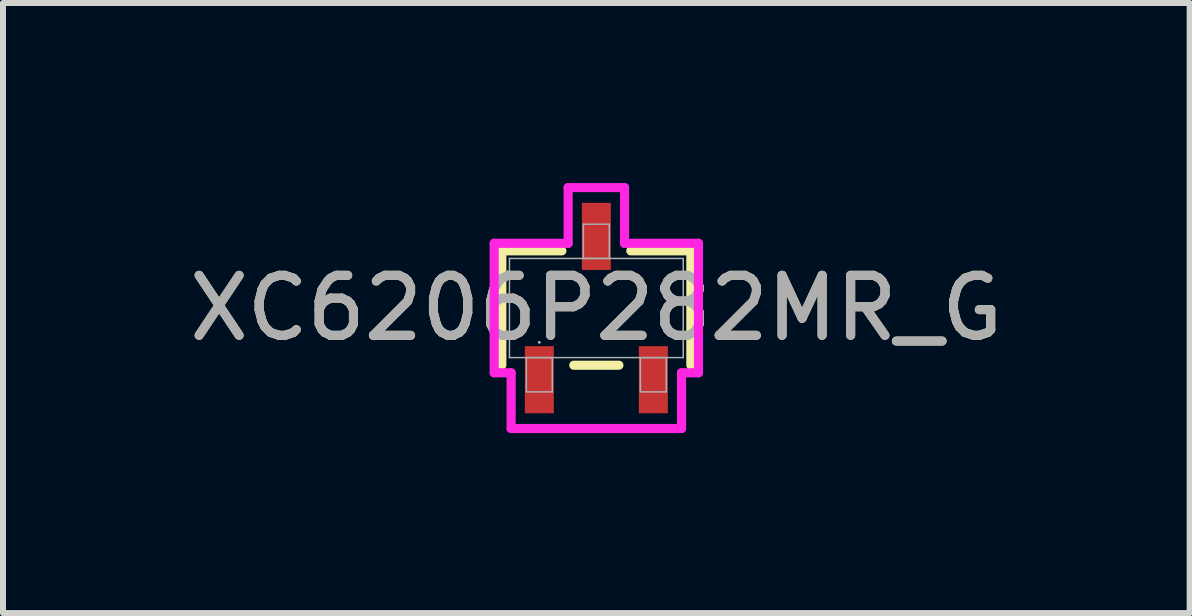
<source format=kicad_pcb>
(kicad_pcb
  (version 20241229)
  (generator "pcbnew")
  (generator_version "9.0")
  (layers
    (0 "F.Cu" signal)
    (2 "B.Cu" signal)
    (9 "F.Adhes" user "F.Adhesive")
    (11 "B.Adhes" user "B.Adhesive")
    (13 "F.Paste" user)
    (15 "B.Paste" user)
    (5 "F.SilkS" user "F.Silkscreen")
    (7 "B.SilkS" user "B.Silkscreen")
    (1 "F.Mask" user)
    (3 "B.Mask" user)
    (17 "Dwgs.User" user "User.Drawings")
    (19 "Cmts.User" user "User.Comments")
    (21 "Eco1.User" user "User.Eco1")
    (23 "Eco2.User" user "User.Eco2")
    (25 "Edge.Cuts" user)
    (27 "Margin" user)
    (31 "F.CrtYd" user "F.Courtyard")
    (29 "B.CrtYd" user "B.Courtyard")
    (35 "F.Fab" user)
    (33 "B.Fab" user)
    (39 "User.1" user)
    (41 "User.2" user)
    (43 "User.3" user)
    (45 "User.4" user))
  (footprint "XC6206P282MR_G"
    (layer "F.Cu")
    (at 6.887 2.083)
    (property "Reference" "XC6206P282MR_G" (at 0 0 0) (unlocked yes) (layer "F.SilkS") (effects (font (size 1 1) (thickness 0.15))))
    (attr smd)
    (fp_line (start -1.575 -0.953) (end -1.575 0.953) (stroke (width 0.152) (type solid)) (layer "F.SilkS"))
    (fp_line (start -0.574 -0.953) (end -1.575 -0.953) (stroke (width 0.152) (type solid)) (layer "F.SilkS"))
    (fp_line (start -0.376 0.953) (end 0.376 0.953) (stroke (width 0.152) (type solid)) (layer "F.SilkS"))
    (fp_line (start 1.575 -0.953) (end 0.574 -0.953) (stroke (width 0.152) (type solid)) (layer "F.SilkS"))
    (fp_line (start 1.575 0.953) (end 1.575 -0.953) (stroke (width 0.152) (type solid)) (layer "F.SilkS"))
    (fp_line (start -1.702 -1.079) (end -0.47 -1.079) (stroke (width 0.152) (type solid)) (layer "F.CrtYd"))
    (fp_line (start -1.702 1.079) (end -1.702 -1.079) (stroke (width 0.152) (type solid)) (layer "F.CrtYd"))
    (fp_line (start -1.702 1.079) (end -1.42 1.079) (stroke (width 0.152) (type solid)) (layer "F.CrtYd"))
    (fp_line (start -1.42 1.079) (end -1.42 2.007) (stroke (width 0.152) (type solid)) (layer "F.CrtYd"))
    (fp_line (start -1.42 2.007) (end 1.42 2.007) (stroke (width 0.152) (type solid)) (layer "F.CrtYd"))
    (fp_line (start -0.47 -2.007) (end 0.47 -2.007) (stroke (width 0.152) (type solid)) (layer "F.CrtYd"))
    (fp_line (start -0.47 -1.079) (end -0.47 -2.007) (stroke (width 0.152) (type solid)) (layer "F.CrtYd"))
    (fp_line (start 0.47 -1.079) (end 0.47 -2.007) (stroke (width 0.152) (type solid)) (layer "F.CrtYd"))
    (fp_line (start 1.42 1.079) (end 1.42 2.007) (stroke (width 0.152) (type solid)) (layer "F.CrtYd"))
    (fp_line (start 1.702 -1.079) (end 0.47 -1.079) (stroke (width 0.152) (type solid)) (layer "F.CrtYd"))
    (fp_line (start 1.702 -1.079) (end 1.702 1.079) (stroke (width 0.152) (type solid)) (layer "F.CrtYd"))
    (fp_line (start 1.702 1.079) (end 1.42 1.079) (stroke (width 0.152) (type solid)) (layer "F.CrtYd"))
    (fp_line (start -1.448 -0.826) (end -1.448 0.826) (stroke (width 0.025) (type solid)) (layer "F.Fab"))
    (fp_line (start -1.448 0.826) (end 1.448 0.826) (stroke (width 0.025) (type solid)) (layer "F.Fab"))
    (fp_line (start -1.166 0.826) (end -1.166 1.397) (stroke (width 0.025) (type solid)) (layer "F.Fab"))
    (fp_line (start -1.166 1.397) (end -0.734 1.397) (stroke (width 0.025) (type solid)) (layer "F.Fab"))
    (fp_line (start -0.734 0.826) (end -1.166 0.826) (stroke (width 0.025) (type solid)) (layer "F.Fab"))
    (fp_line (start -0.734 1.397) (end -0.734 0.826) (stroke (width 0.025) (type solid)) (layer "F.Fab"))
    (fp_line (start -0.216 -1.397) (end -0.216 -0.826) (stroke (width 0.025) (type solid)) (layer "F.Fab"))
    (fp_line (start -0.216 -0.826) (end 0.216 -0.826) (stroke (width 0.025) (type solid)) (layer "F.Fab"))
    (fp_line (start 0.216 -1.397) (end -0.216 -1.397) (stroke (width 0.025) (type solid)) (layer "F.Fab"))
    (fp_line (start 0.216 -0.826) (end 0.216 -1.397) (stroke (width 0.025) (type solid)) (layer "F.Fab"))
    (fp_line (start 0.734 0.826) (end 0.734 1.397) (stroke (width 0.025) (type solid)) (layer "F.Fab"))
    (fp_line (start 0.734 1.397) (end 1.166 1.397) (stroke (width 0.025) (type solid)) (layer "F.Fab"))
    (fp_line (start 1.166 0.826) (end 0.734 0.826) (stroke (width 0.025) (type solid)) (layer "F.Fab"))
    (fp_line (start 1.166 1.397) (end 1.166 0.826) (stroke (width 0.025) (type solid)) (layer "F.Fab"))
    (fp_line (start 1.448 -0.826) (end -1.448 -0.826) (stroke (width 0.025) (type solid)) (layer "F.Fab"))
    (fp_line (start 1.448 0.826) (end 1.448 -0.826) (stroke (width 0.025) (type solid)) (layer "F.Fab"))
    (fp_circle (center -0.95 0.572) (end -0.95 0.572) (stroke (width 0.025) (type solid)) (fill no) (layer "F.Fab"))
    (fp_text user "${REFERENCE}" (at 0 0 0) (unlocked yes) (layer "F.Fab") (effects (font (size 1 1) (thickness 0.15))))
    (pad "1" smd rect (at -0.95 1.194) (size 0.483 1.118) (layers "F.Cu" "F.Mask" "F.Paste"))
    (pad "2" smd rect (at 0.95 1.194) (size 0.483 1.118) (layers "F.Cu" "F.Mask" "F.Paste"))
    (pad "3" smd rect (at 0 -1.194) (size 0.483 1.118) (layers "F.Cu" "F.Mask" "F.Paste")))
  (gr_rect
    (start -3 -3)
    (end 16.774 7.166)
    (stroke (width 0.1) (type default))
    (fill no)
    (layer "Edge.Cuts")))
</source>
